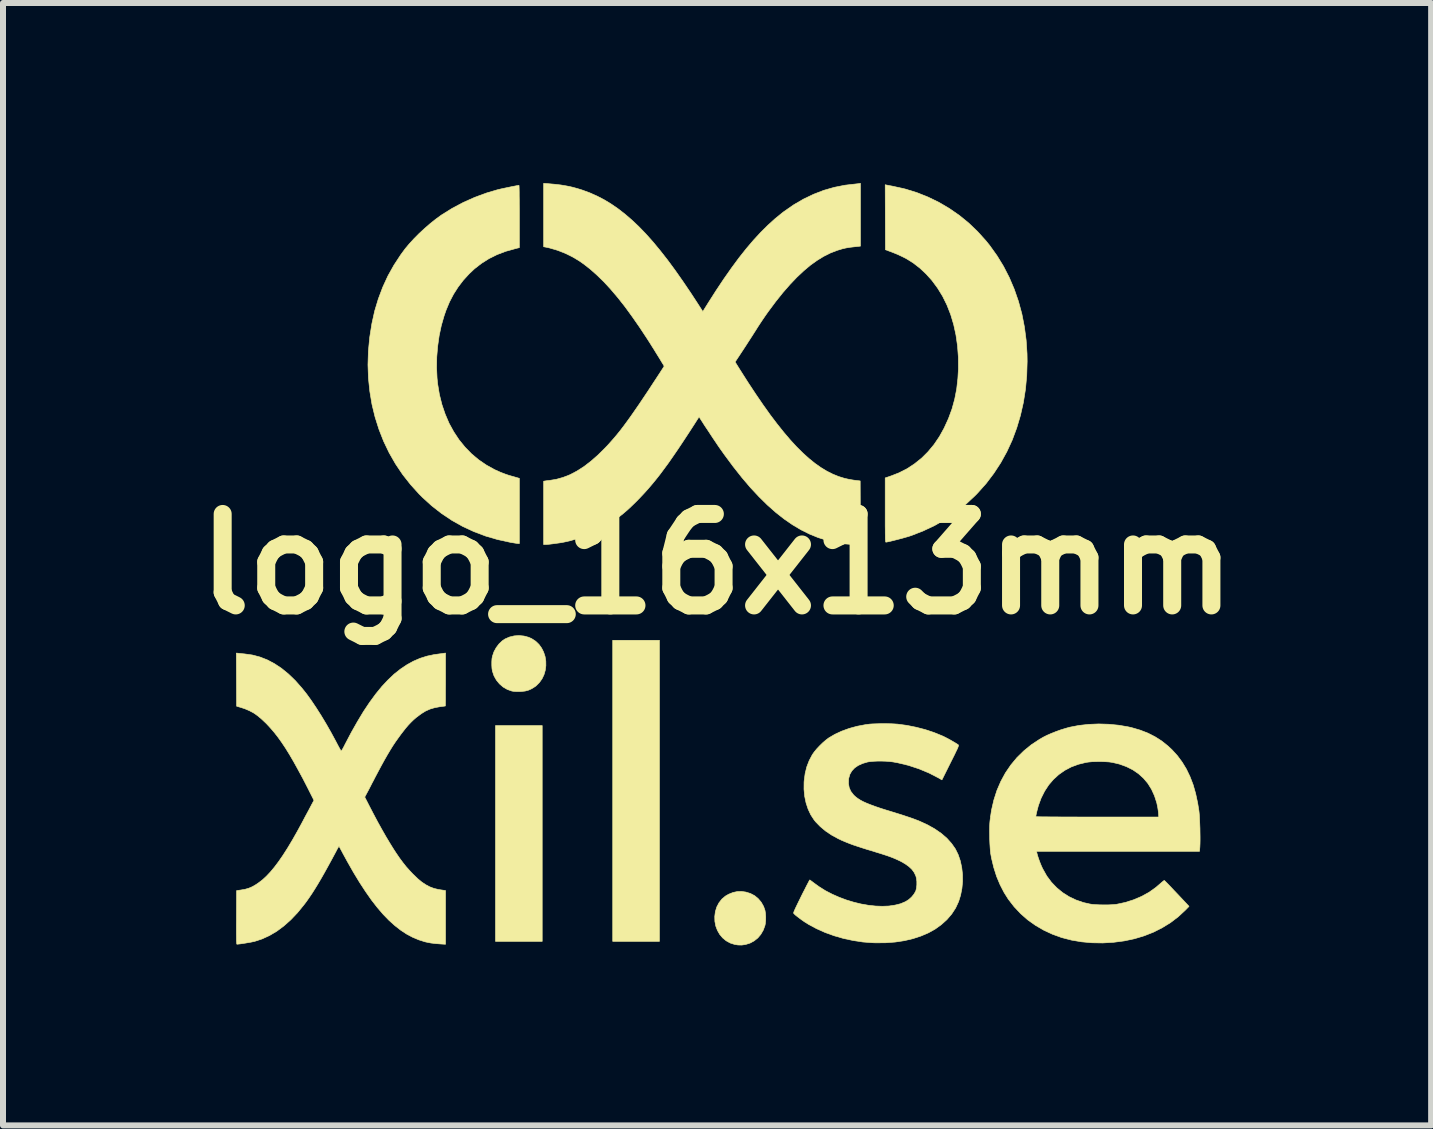
<source format=kicad_pcb>
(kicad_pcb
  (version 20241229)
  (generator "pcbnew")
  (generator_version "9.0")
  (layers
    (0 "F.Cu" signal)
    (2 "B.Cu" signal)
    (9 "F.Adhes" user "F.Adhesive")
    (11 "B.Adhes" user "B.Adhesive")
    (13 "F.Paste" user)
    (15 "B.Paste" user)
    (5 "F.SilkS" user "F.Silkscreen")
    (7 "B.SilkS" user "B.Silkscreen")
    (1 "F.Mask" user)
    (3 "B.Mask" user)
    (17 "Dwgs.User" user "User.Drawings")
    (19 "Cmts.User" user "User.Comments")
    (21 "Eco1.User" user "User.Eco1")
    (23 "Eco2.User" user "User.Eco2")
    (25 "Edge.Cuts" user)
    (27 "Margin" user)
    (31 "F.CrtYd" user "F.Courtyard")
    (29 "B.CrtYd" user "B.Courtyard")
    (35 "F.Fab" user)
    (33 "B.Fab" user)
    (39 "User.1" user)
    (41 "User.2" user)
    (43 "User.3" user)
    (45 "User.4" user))
  (footprint "logo_16x13mm"
    (layer "F.Cu")
    (at 8.897 6.348)
    (property "Reference" "logo_16x13mm" (at 0 0 0) (layer "F.SilkS") (effects (font (size 1.524 1.524) (thickness 0.3))))
    (attr through_hole)
    (fp_poly (pts (xy -2.913 6.287) (xy -3.691 6.287) (xy -3.691 2.691) (xy -2.913 2.691) (xy -2.913 6.287)) (stroke (width 0.01) (type solid)) (fill yes) (layer "F.SilkS"))
    (fp_poly (pts (xy -0.96 6.287) (xy -1.738 6.287) (xy -1.738 1.27) (xy -0.96 1.27) (xy -0.96 6.287)) (stroke (width 0.01) (type solid)) (fill yes) (layer "F.SilkS"))
    (fp_poly (pts (xy 0.48 5.465) (xy 0.557 5.489) (xy 0.627 5.526) (xy 0.687 5.576) (xy 0.737 5.636) (xy 0.776 5.705) (xy 0.799 5.771) (xy 0.807 5.821) (xy 0.811 5.879) (xy 0.81 5.939) (xy 0.804 5.995) (xy 0.798 6.024) (xy 0.77 6.1) (xy 0.73 6.169) (xy 0.68 6.229) (xy 0.619 6.278) (xy 0.551 6.315) (xy 0.478 6.338) (xy 0.413 6.348) (xy 0.35 6.347) (xy 0.294 6.338) (xy 0.219 6.314) (xy 0.152 6.277) (xy 0.094 6.229) (xy 0.045 6.171) (xy 0.007 6.105) (xy -0.021 6.032) (xy -0.036 5.954) (xy -0.038 5.872) (xy -0.028 5.791) (xy -0.004 5.713) (xy 0.033 5.643) (xy 0.081 5.582) (xy 0.14 5.532) (xy 0.194 5.501) (xy 0.267 5.472) (xy 0.337 5.457) (xy 0.408 5.455) (xy 0.48 5.465)) (stroke (width 0.01) (type solid)) (fill yes) (layer "F.SilkS"))
    (fp_poly (pts (xy -3.218 1.199) (xy -3.139 1.22) (xy -3.088 1.243) (xy -3.022 1.286) (xy -2.967 1.339) (xy -2.923 1.4) (xy -2.889 1.468) (xy -2.865 1.541) (xy -2.853 1.617) (xy -2.852 1.694) (xy -2.862 1.77) (xy -2.883 1.843) (xy -2.916 1.912) (xy -2.96 1.974) (xy -3.015 2.029) (xy -3.034 2.043) (xy -3.088 2.077) (xy -3.141 2.101) (xy -3.197 2.116) (xy -3.261 2.123) (xy -3.286 2.124) (xy -3.342 2.124) (xy -3.388 2.121) (xy -3.419 2.116) (xy -3.495 2.089) (xy -3.564 2.049) (xy -3.625 1.996) (xy -3.676 1.934) (xy -3.716 1.863) (xy -3.742 1.786) (xy -3.743 1.784) (xy -3.75 1.739) (xy -3.753 1.685) (xy -3.753 1.63) (xy -3.75 1.577) (xy -3.742 1.536) (xy -3.717 1.462) (xy -3.679 1.392) (xy -3.632 1.33) (xy -3.578 1.279) (xy -3.532 1.248) (xy -3.459 1.216) (xy -3.381 1.197) (xy -3.299 1.191) (xy -3.218 1.199)) (stroke (width 0.01) (type solid)) (fill yes) (layer "F.SilkS"))
    (fp_poly (pts (xy 2.824 -6.315) (xy 2.84 -6.312) (xy 2.868 -6.306) (xy 2.903 -6.3) (xy 2.933 -6.294) (xy 3.134 -6.249) (xy 3.329 -6.189) (xy 3.517 -6.114) (xy 3.698 -6.026) (xy 3.871 -5.924) (xy 4.037 -5.809) (xy 4.194 -5.681) (xy 4.342 -5.539) (xy 4.481 -5.385) (xy 4.543 -5.308) (xy 4.664 -5.139) (xy 4.773 -4.961) (xy 4.869 -4.774) (xy 4.952 -4.579) (xy 5.022 -4.377) (xy 5.079 -4.167) (xy 5.121 -3.952) (xy 5.15 -3.731) (xy 5.165 -3.505) (xy 5.167 -3.377) (xy 5.16 -3.143) (xy 5.139 -2.914) (xy 5.104 -2.692) (xy 5.055 -2.476) (xy 4.993 -2.268) (xy 4.918 -2.066) (xy 4.829 -1.873) (xy 4.727 -1.688) (xy 4.612 -1.512) (xy 4.485 -1.344) (xy 4.344 -1.186) (xy 4.298 -1.139) (xy 4.144 -0.995) (xy 3.98 -0.865) (xy 3.809 -0.748) (xy 3.629 -0.644) (xy 3.441 -0.555) (xy 3.245 -0.478) (xy 3.2 -0.463) (xy 3.17 -0.454) (xy 3.131 -0.443) (xy 3.086 -0.43) (xy 3.036 -0.417) (xy 2.986 -0.404) (xy 2.938 -0.392) (xy 2.894 -0.381) (xy 2.857 -0.373) (xy 2.829 -0.367) (xy 2.815 -0.365) (xy 2.815 -0.365) (xy 2.812 -0.366) (xy 2.81 -0.37) (xy 2.808 -0.378) (xy 2.807 -0.391) (xy 2.805 -0.409) (xy 2.804 -0.435) (xy 2.804 -0.47) (xy 2.803 -0.514) (xy 2.803 -0.568) (xy 2.802 -0.634) (xy 2.802 -0.712) (xy 2.802 -0.805) (xy 2.802 -0.9) (xy 2.802 -1.435) (xy 2.879 -1.461) (xy 3.025 -1.517) (xy 3.162 -1.586) (xy 3.289 -1.669) (xy 3.408 -1.764) (xy 3.516 -1.872) (xy 3.616 -1.992) (xy 3.706 -2.125) (xy 3.784 -2.266) (xy 3.856 -2.424) (xy 3.915 -2.584) (xy 3.96 -2.748) (xy 3.993 -2.917) (xy 4.013 -3.095) (xy 4.022 -3.25) (xy 4.021 -3.445) (xy 4.007 -3.634) (xy 3.981 -3.816) (xy 3.943 -3.99) (xy 3.893 -4.157) (xy 3.831 -4.315) (xy 3.758 -4.463) (xy 3.673 -4.601) (xy 3.578 -4.729) (xy 3.482 -4.835) (xy 3.376 -4.934) (xy 3.264 -5.02) (xy 3.144 -5.094) (xy 3.014 -5.157) (xy 2.909 -5.199) (xy 2.806 -5.237) (xy 2.802 -6.32) (xy 2.824 -6.315)) (stroke (width 0.01) (type solid)) (fill yes) (layer "F.SilkS"))
    (fp_poly (pts (xy -3.299 -6.303) (xy -3.298 -6.28) (xy -3.297 -6.245) (xy -3.296 -6.197) (xy -3.296 -6.139) (xy -3.295 -6.072) (xy -3.295 -5.997) (xy -3.294 -5.914) (xy -3.294 -5.827) (xy -3.294 -5.791) (xy -3.294 -5.272) (xy -3.367 -5.254) (xy -3.523 -5.21) (xy -3.667 -5.155) (xy -3.8 -5.089) (xy -3.925 -5.01) (xy -4.041 -4.92) (xy -4.129 -4.837) (xy -4.228 -4.729) (xy -4.314 -4.616) (xy -4.39 -4.497) (xy -4.457 -4.369) (xy -4.515 -4.23) (xy -4.548 -4.135) (xy -4.594 -3.975) (xy -4.63 -3.805) (xy -4.655 -3.629) (xy -4.67 -3.45) (xy -4.673 -3.272) (xy -4.665 -3.098) (xy -4.655 -3) (xy -4.626 -2.825) (xy -4.584 -2.657) (xy -4.53 -2.498) (xy -4.465 -2.346) (xy -4.387 -2.204) (xy -4.299 -2.071) (xy -4.2 -1.949) (xy -4.091 -1.837) (xy -3.972 -1.737) (xy -3.843 -1.649) (xy -3.706 -1.573) (xy -3.608 -1.529) (xy -3.566 -1.513) (xy -3.524 -1.497) (xy -3.486 -1.484) (xy -3.465 -1.477) (xy -3.426 -1.466) (xy -3.383 -1.454) (xy -3.352 -1.445) (xy -3.294 -1.428) (xy -3.294 -0.341) (xy -3.316 -0.342) (xy -3.332 -0.344) (xy -3.36 -0.348) (xy -3.395 -0.354) (xy -3.436 -0.36) (xy -3.439 -0.361) (xy -3.651 -0.407) (xy -3.854 -0.466) (xy -4.05 -0.54) (xy -4.238 -0.627) (xy -4.418 -0.728) (xy -4.59 -0.843) (xy -4.754 -0.971) (xy -4.911 -1.114) (xy -4.961 -1.164) (xy -5.106 -1.324) (xy -5.238 -1.492) (xy -5.357 -1.669) (xy -5.463 -1.854) (xy -5.555 -2.046) (xy -5.633 -2.245) (xy -5.698 -2.45) (xy -5.749 -2.66) (xy -5.785 -2.876) (xy -5.808 -3.096) (xy -5.816 -3.32) (xy -5.809 -3.547) (xy -5.787 -3.777) (xy -5.786 -3.784) (xy -5.751 -4.005) (xy -5.704 -4.217) (xy -5.643 -4.419) (xy -5.57 -4.613) (xy -5.484 -4.8) (xy -5.384 -4.979) (xy -5.27 -5.153) (xy -5.195 -5.255) (xy -5.128 -5.335) (xy -5.05 -5.42) (xy -4.965 -5.506) (xy -4.873 -5.591) (xy -4.78 -5.672) (xy -4.687 -5.746) (xy -4.598 -5.811) (xy -4.586 -5.819) (xy -4.411 -5.928) (xy -4.226 -6.026) (xy -4.035 -6.111) (xy -3.839 -6.183) (xy -3.663 -6.235) (xy -3.637 -6.241) (xy -3.601 -6.25) (xy -3.559 -6.259) (xy -3.512 -6.269) (xy -3.464 -6.279) (xy -3.417 -6.289) (xy -3.374 -6.297) (xy -3.339 -6.304) (xy -3.313 -6.308) (xy -3.3 -6.31) (xy -3.3 -6.31) (xy -3.299 -6.303)) (stroke (width 0.01) (type solid)) (fill yes) (layer "F.SilkS"))
    (fp_poly (pts (xy 6.525 2.669) (xy 6.69 2.685) (xy 6.849 2.712) (xy 6.91 2.726) (xy 7.05 2.767) (xy 7.179 2.817) (xy 7.297 2.877) (xy 7.407 2.947) (xy 7.51 3.029) (xy 7.581 3.095) (xy 7.671 3.194) (xy 7.75 3.301) (xy 7.82 3.416) (xy 7.88 3.541) (xy 7.932 3.676) (xy 7.974 3.823) (xy 8.008 3.982) (xy 8.029 4.112) (xy 8.033 4.15) (xy 8.037 4.202) (xy 8.04 4.263) (xy 8.043 4.331) (xy 8.046 4.403) (xy 8.047 4.474) (xy 8.048 4.544) (xy 8.048 4.607) (xy 8.047 4.662) (xy 8.045 4.705) (xy 8.045 4.709) (xy 8.039 4.786) (xy 5.324 4.786) (xy 5.329 4.813) (xy 5.34 4.856) (xy 5.357 4.908) (xy 5.378 4.966) (xy 5.402 5.025) (xy 5.428 5.082) (xy 5.43 5.084) (xy 5.494 5.198) (xy 5.571 5.301) (xy 5.658 5.392) (xy 5.756 5.473) (xy 5.863 5.541) (xy 5.98 5.597) (xy 6.105 5.64) (xy 6.211 5.664) (xy 6.256 5.671) (xy 6.312 5.675) (xy 6.376 5.678) (xy 6.444 5.679) (xy 6.511 5.679) (xy 6.574 5.676) (xy 6.628 5.672) (xy 6.656 5.669) (xy 6.801 5.638) (xy 6.94 5.594) (xy 7.072 5.538) (xy 7.196 5.47) (xy 7.309 5.39) (xy 7.387 5.323) (xy 7.412 5.301) (xy 7.434 5.283) (xy 7.448 5.273) (xy 7.453 5.272) (xy 7.46 5.278) (xy 7.477 5.295) (xy 7.502 5.32) (xy 7.534 5.353) (xy 7.572 5.393) (xy 7.614 5.438) (xy 7.66 5.486) (xy 7.663 5.489) (xy 7.864 5.703) (xy 7.8 5.769) (xy 7.683 5.877) (xy 7.556 5.974) (xy 7.418 6.059) (xy 7.272 6.133) (xy 7.117 6.194) (xy 6.954 6.243) (xy 6.784 6.279) (xy 6.608 6.302) (xy 6.427 6.313) (xy 6.247 6.31) (xy 6.072 6.294) (xy 5.903 6.265) (xy 5.741 6.223) (xy 5.587 6.167) (xy 5.441 6.099) (xy 5.304 6.019) (xy 5.176 5.928) (xy 5.058 5.824) (xy 4.95 5.709) (xy 4.853 5.584) (xy 4.782 5.471) (xy 4.716 5.343) (xy 4.658 5.205) (xy 4.611 5.057) (xy 4.574 4.904) (xy 4.559 4.822) (xy 4.554 4.779) (xy 4.55 4.724) (xy 4.546 4.659) (xy 4.543 4.589) (xy 4.542 4.517) (xy 4.541 4.447) (xy 4.542 4.381) (xy 4.544 4.324) (xy 4.548 4.278) (xy 4.548 4.278) (xy 4.557 4.209) (xy 5.31 4.209) (xy 5.318 4.21) (xy 5.341 4.21) (xy 5.378 4.211) (xy 5.427 4.212) (xy 5.489 4.212) (xy 5.562 4.213) (xy 5.646 4.213) (xy 5.738 4.214) (xy 5.84 4.214) (xy 5.948 4.214) (xy 6.063 4.215) (xy 6.184 4.215) (xy 6.309 4.215) (xy 6.335 4.215) (xy 7.36 4.215) (xy 7.355 4.143) (xy 7.35 4.104) (xy 7.343 4.057) (xy 7.333 4.009) (xy 7.327 3.98) (xy 7.289 3.862) (xy 7.24 3.754) (xy 7.179 3.656) (xy 7.106 3.569) (xy 7.022 3.493) (xy 6.927 3.428) (xy 6.821 3.375) (xy 6.705 3.333) (xy 6.587 3.305) (xy 6.532 3.297) (xy 6.467 3.293) (xy 6.395 3.29) (xy 6.322 3.291) (xy 6.251 3.293) (xy 6.189 3.299) (xy 6.148 3.305) (xy 6.021 3.336) (xy 5.902 3.38) (xy 5.794 3.437) (xy 5.694 3.507) (xy 5.605 3.588) (xy 5.526 3.68) (xy 5.458 3.784) (xy 5.4 3.899) (xy 5.354 4.024) (xy 5.326 4.131) (xy 5.319 4.163) (xy 5.314 4.189) (xy 5.311 4.206) (xy 5.31 4.209) (xy 4.557 4.209) (xy 4.573 4.101) (xy 4.612 3.932) (xy 4.663 3.773) (xy 4.728 3.622) (xy 4.805 3.48) (xy 4.895 3.348) (xy 4.996 3.226) (xy 5.11 3.114) (xy 5.236 3.011) (xy 5.374 2.92) (xy 5.437 2.884) (xy 5.498 2.853) (xy 5.569 2.822) (xy 5.647 2.791) (xy 5.728 2.762) (xy 5.806 2.738) (xy 5.874 2.719) (xy 6.029 2.689) (xy 6.191 2.671) (xy 6.358 2.664) (xy 6.525 2.669)) (stroke (width 0.01) (type solid)) (fill yes) (layer "F.SilkS"))
    (fp_poly (pts (xy 2.838 2.66) (xy 2.902 2.661) (xy 2.959 2.664) (xy 3.004 2.667) (xy 3.008 2.667) (xy 3.163 2.688) (xy 3.317 2.719) (xy 3.468 2.758) (xy 3.613 2.806) (xy 3.746 2.86) (xy 3.769 2.87) (xy 3.803 2.887) (xy 3.844 2.908) (xy 3.888 2.932) (xy 3.931 2.957) (xy 3.97 2.98) (xy 4.002 3) (xy 4.019 3.012) (xy 4.022 3.015) (xy 4.023 3.021) (xy 4.022 3.029) (xy 4.018 3.042) (xy 4.011 3.061) (xy 3.999 3.088) (xy 3.982 3.122) (xy 3.961 3.167) (xy 3.933 3.223) (xy 3.899 3.291) (xy 3.89 3.309) (xy 3.747 3.596) (xy 3.697 3.567) (xy 3.535 3.483) (xy 3.365 3.412) (xy 3.189 3.354) (xy 3.01 3.311) (xy 2.933 3.297) (xy 2.876 3.29) (xy 2.811 3.285) (xy 2.743 3.283) (xy 2.674 3.283) (xy 2.61 3.286) (xy 2.553 3.291) (xy 2.512 3.297) (xy 2.426 3.322) (xy 2.353 3.355) (xy 2.293 3.396) (xy 2.247 3.445) (xy 2.214 3.501) (xy 2.195 3.566) (xy 2.192 3.584) (xy 2.19 3.658) (xy 2.202 3.726) (xy 2.229 3.787) (xy 2.271 3.842) (xy 2.282 3.854) (xy 2.313 3.882) (xy 2.348 3.908) (xy 2.389 3.934) (xy 2.436 3.959) (xy 2.492 3.984) (xy 2.557 4.01) (xy 2.632 4.038) (xy 2.72 4.068) (xy 2.821 4.1) (xy 2.884 4.119) (xy 2.984 4.15) (xy 3.071 4.177) (xy 3.146 4.202) (xy 3.21 4.223) (xy 3.267 4.243) (xy 3.317 4.262) (xy 3.362 4.279) (xy 3.371 4.283) (xy 3.508 4.346) (xy 3.629 4.414) (xy 3.736 4.488) (xy 3.829 4.568) (xy 3.906 4.654) (xy 3.97 4.745) (xy 4.017 4.84) (xy 4.053 4.945) (xy 4.077 5.057) (xy 4.09 5.172) (xy 4.091 5.289) (xy 4.08 5.405) (xy 4.058 5.517) (xy 4.025 5.623) (xy 3.98 5.72) (xy 3.975 5.731) (xy 3.909 5.832) (xy 3.83 5.924) (xy 3.739 6.006) (xy 3.637 6.08) (xy 3.523 6.144) (xy 3.399 6.197) (xy 3.265 6.241) (xy 3.121 6.275) (xy 2.968 6.298) (xy 2.807 6.31) (xy 2.638 6.311) (xy 2.588 6.309) (xy 2.428 6.297) (xy 2.266 6.272) (xy 2.107 6.238) (xy 1.951 6.193) (xy 1.801 6.139) (xy 1.66 6.076) (xy 1.529 6.006) (xy 1.46 5.963) (xy 1.414 5.931) (xy 1.371 5.899) (xy 1.333 5.87) (xy 1.303 5.846) (xy 1.283 5.826) (xy 1.276 5.818) (xy 1.276 5.811) (xy 1.28 5.796) (xy 1.29 5.772) (xy 1.305 5.738) (xy 1.326 5.694) (xy 1.353 5.638) (xy 1.387 5.569) (xy 1.404 5.534) (xy 1.434 5.474) (xy 1.463 5.418) (xy 1.488 5.368) (xy 1.51 5.326) (xy 1.527 5.294) (xy 1.538 5.272) (xy 1.544 5.263) (xy 1.544 5.263) (xy 1.552 5.267) (xy 1.569 5.28) (xy 1.592 5.297) (xy 1.602 5.305) (xy 1.7 5.376) (xy 1.805 5.442) (xy 1.917 5.5) (xy 2.035 5.552) (xy 2.155 5.597) (xy 2.277 5.634) (xy 2.4 5.664) (xy 2.521 5.685) (xy 2.64 5.698) (xy 2.754 5.702) (xy 2.863 5.698) (xy 2.964 5.683) (xy 3.057 5.66) (xy 3.138 5.626) (xy 3.143 5.623) (xy 3.194 5.591) (xy 3.241 5.549) (xy 3.279 5.503) (xy 3.307 5.456) (xy 3.311 5.448) (xy 3.323 5.401) (xy 3.329 5.346) (xy 3.329 5.288) (xy 3.322 5.233) (xy 3.312 5.196) (xy 3.285 5.139) (xy 3.247 5.087) (xy 3.197 5.04) (xy 3.134 4.995) (xy 3.057 4.951) (xy 3.044 4.945) (xy 3.006 4.927) (xy 2.968 4.91) (xy 2.93 4.894) (xy 2.888 4.878) (xy 2.841 4.861) (xy 2.786 4.843) (xy 2.721 4.822) (xy 2.645 4.799) (xy 2.592 4.782) (xy 2.494 4.753) (xy 2.409 4.726) (xy 2.336 4.702) (xy 2.272 4.681) (xy 2.216 4.66) (xy 2.165 4.64) (xy 2.117 4.62) (xy 2.07 4.6) (xy 2.022 4.577) (xy 2.02 4.576) (xy 1.91 4.516) (xy 1.81 4.449) (xy 1.721 4.375) (xy 1.645 4.297) (xy 1.617 4.262) (xy 1.562 4.178) (xy 1.517 4.082) (xy 1.483 3.979) (xy 1.46 3.868) (xy 1.449 3.753) (xy 1.45 3.636) (xy 1.452 3.61) (xy 1.468 3.49) (xy 1.495 3.38) (xy 1.535 3.276) (xy 1.587 3.177) (xy 1.589 3.174) (xy 1.62 3.13) (xy 1.661 3.08) (xy 1.709 3.029) (xy 1.76 2.979) (xy 1.811 2.935) (xy 1.858 2.899) (xy 1.861 2.897) (xy 1.963 2.837) (xy 2.077 2.784) (xy 2.201 2.739) (xy 2.332 2.703) (xy 2.468 2.677) (xy 2.542 2.667) (xy 2.585 2.664) (xy 2.64 2.662) (xy 2.703 2.66) (xy 2.77 2.659) (xy 2.838 2.66)) (stroke (width 0.01) (type solid)) (fill yes) (layer "F.SilkS"))
    (fp_poly (pts (xy -7.971 1.487) (xy -7.944 1.49) (xy -7.908 1.494) (xy -7.874 1.497) (xy -7.745 1.515) (xy -7.618 1.548) (xy -7.495 1.596) (xy -7.374 1.66) (xy -7.255 1.739) (xy -7.14 1.833) (xy -7.026 1.943) (xy -6.915 2.069) (xy -6.834 2.171) (xy -6.758 2.277) (xy -6.678 2.396) (xy -6.596 2.525) (xy -6.513 2.663) (xy -6.431 2.807) (xy -6.351 2.955) (xy -6.339 2.978) (xy -6.317 3.02) (xy -6.297 3.057) (xy -6.28 3.087) (xy -6.269 3.107) (xy -6.263 3.115) (xy -6.263 3.115) (xy -6.257 3.11) (xy -6.246 3.093) (xy -6.23 3.066) (xy -6.212 3.032) (xy -6.199 3.006) (xy -6.095 2.808) (xy -5.992 2.626) (xy -5.891 2.458) (xy -5.789 2.305) (xy -5.688 2.167) (xy -5.586 2.042) (xy -5.483 1.932) (xy -5.38 1.834) (xy -5.274 1.75) (xy -5.167 1.678) (xy -5.058 1.618) (xy -4.946 1.57) (xy -4.832 1.534) (xy -4.714 1.509) (xy -4.655 1.501) (xy -4.619 1.496) (xy -4.585 1.492) (xy -4.56 1.488) (xy -4.554 1.487) (xy -4.524 1.483) (xy -4.524 1.924) (xy -4.524 2.006) (xy -4.525 2.083) (xy -4.525 2.154) (xy -4.525 2.217) (xy -4.525 2.271) (xy -4.526 2.314) (xy -4.526 2.345) (xy -4.527 2.362) (xy -4.527 2.365) (xy -4.535 2.366) (xy -4.556 2.369) (xy -4.586 2.373) (xy -4.619 2.377) (xy -4.704 2.393) (xy -4.782 2.416) (xy -4.856 2.449) (xy -4.929 2.494) (xy -5.005 2.551) (xy -5.012 2.556) (xy -5.058 2.596) (xy -5.1 2.637) (xy -5.142 2.681) (xy -5.186 2.732) (xy -5.233 2.792) (xy -5.267 2.836) (xy -5.312 2.898) (xy -5.357 2.961) (xy -5.401 3.027) (xy -5.445 3.098) (xy -5.491 3.175) (xy -5.539 3.259) (xy -5.591 3.353) (xy -5.647 3.458) (xy -5.709 3.575) (xy -5.717 3.592) (xy -5.747 3.648) (xy -5.774 3.701) (xy -5.799 3.75) (xy -5.821 3.791) (xy -5.838 3.822) (xy -5.849 3.843) (xy -5.851 3.848) (xy -5.87 3.882) (xy -5.8 4.019) (xy -5.729 4.156) (xy -5.658 4.29) (xy -5.587 4.418) (xy -5.518 4.539) (xy -5.451 4.651) (xy -5.389 4.751) (xy -5.348 4.814) (xy -5.29 4.899) (xy -5.235 4.973) (xy -5.182 5.04) (xy -5.126 5.103) (xy -5.066 5.167) (xy -5.06 5.172) (xy -4.988 5.242) (xy -4.919 5.299) (xy -4.853 5.343) (xy -4.787 5.378) (xy -4.718 5.404) (xy -4.644 5.422) (xy -4.612 5.427) (xy -4.524 5.44) (xy -4.524 5.888) (xy -4.524 6.335) (xy -4.606 6.33) (xy -4.693 6.323) (xy -4.768 6.314) (xy -4.834 6.301) (xy -4.866 6.294) (xy -4.97 6.261) (xy -5.072 6.218) (xy -5.172 6.165) (xy -5.271 6.1) (xy -5.368 6.024) (xy -5.465 5.937) (xy -5.562 5.837) (xy -5.659 5.724) (xy -5.757 5.598) (xy -5.855 5.458) (xy -5.955 5.305) (xy -6.057 5.137) (xy -6.161 4.954) (xy -6.231 4.826) (xy -6.252 4.786) (xy -6.271 4.751) (xy -6.286 4.724) (xy -6.295 4.706) (xy -6.299 4.7) (xy -6.303 4.706) (xy -6.313 4.723) (xy -6.328 4.749) (xy -6.345 4.781) (xy -6.346 4.784) (xy -6.418 4.918) (xy -6.484 5.039) (xy -6.545 5.149) (xy -6.601 5.247) (xy -6.654 5.337) (xy -6.704 5.418) (xy -6.751 5.492) (xy -6.798 5.561) (xy -6.843 5.625) (xy -6.881 5.675) (xy -6.99 5.809) (xy -7.102 5.927) (xy -7.218 6.03) (xy -7.336 6.118) (xy -7.458 6.19) (xy -7.583 6.247) (xy -7.705 6.287) (xy -7.73 6.292) (xy -7.766 6.3) (xy -7.809 6.307) (xy -7.854 6.315) (xy -7.899 6.322) (xy -7.94 6.328) (xy -7.974 6.332) (xy -7.996 6.334) (xy -7.999 6.334) (xy -8.001 6.332) (xy -8.003 6.324) (xy -8.004 6.309) (xy -8.006 6.286) (xy -8.007 6.255) (xy -8.007 6.213) (xy -8.008 6.161) (xy -8.008 6.096) (xy -8.008 6.018) (xy -8.007 5.925) (xy -8.007 5.888) (xy -8.005 5.441) (xy -7.934 5.431) (xy -7.864 5.419) (xy -7.802 5.401) (xy -7.743 5.376) (xy -7.683 5.341) (xy -7.636 5.309) (xy -7.572 5.26) (xy -7.507 5.2) (xy -7.441 5.13) (xy -7.373 5.048) (xy -7.303 4.955) (xy -7.23 4.849) (xy -7.154 4.73) (xy -7.075 4.598) (xy -6.992 4.452) (xy -6.916 4.312) (xy -6.886 4.255) (xy -6.856 4.198) (xy -6.826 4.143) (xy -6.799 4.093) (xy -6.777 4.051) (xy -6.766 4.03) (xy -6.716 3.936) (xy -6.825 3.72) (xy -6.906 3.563) (xy -6.983 3.421) (xy -7.055 3.291) (xy -7.124 3.173) (xy -7.19 3.066) (xy -7.255 2.969) (xy -7.318 2.881) (xy -7.381 2.801) (xy -7.444 2.728) (xy -7.507 2.66) (xy -7.513 2.654) (xy -7.586 2.585) (xy -7.655 2.527) (xy -7.722 2.48) (xy -7.792 2.443) (xy -7.865 2.412) (xy -7.922 2.393) (xy -8.005 2.368) (xy -8.007 1.926) (xy -8.009 1.483) (xy -7.971 1.487)) (stroke (width 0.01) (type solid)) (fill yes) (layer "F.SilkS"))
    (fp_poly (pts (xy -2.82 -6.338) (xy -2.705 -6.328) (xy -2.602 -6.316) (xy -2.508 -6.3) (xy -2.417 -6.281) (xy -2.328 -6.257) (xy -2.242 -6.23) (xy -2.12 -6.185) (xy -2.001 -6.132) (xy -1.883 -6.071) (xy -1.767 -6.001) (xy -1.652 -5.922) (xy -1.537 -5.833) (xy -1.422 -5.734) (xy -1.306 -5.625) (xy -1.189 -5.504) (xy -1.07 -5.371) (xy -0.95 -5.226) (xy -0.826 -5.068) (xy -0.7 -4.897) (xy -0.57 -4.712) (xy -0.436 -4.514) (xy -0.33 -4.352) (xy -0.237 -4.207) (xy -0.149 -4.348) (xy -0.015 -4.558) (xy 0.115 -4.753) (xy 0.242 -4.934) (xy 0.366 -5.102) (xy 0.488 -5.256) (xy 0.609 -5.398) (xy 0.729 -5.528) (xy 0.848 -5.646) (xy 0.966 -5.753) (xy 1.085 -5.85) (xy 1.119 -5.876) (xy 1.278 -5.986) (xy 1.441 -6.081) (xy 1.608 -6.161) (xy 1.779 -6.227) (xy 1.954 -6.277) (xy 2.13 -6.312) (xy 2.248 -6.326) (xy 2.287 -6.33) (xy 2.322 -6.334) (xy 2.35 -6.337) (xy 2.363 -6.339) (xy 2.389 -6.343) (xy 2.389 -5.297) (xy 2.296 -5.287) (xy 2.218 -5.278) (xy 2.15 -5.267) (xy 2.086 -5.252) (xy 2.02 -5.232) (xy 2 -5.226) (xy 1.889 -5.183) (xy 1.779 -5.128) (xy 1.668 -5.06) (xy 1.556 -4.98) (xy 1.444 -4.886) (xy 1.33 -4.779) (xy 1.215 -4.658) (xy 1.097 -4.523) (xy 0.977 -4.373) (xy 0.854 -4.208) (xy 0.808 -4.143) (xy 0.778 -4.099) (xy 0.742 -4.046) (xy 0.705 -3.99) (xy 0.67 -3.936) (xy 0.651 -3.905) (xy 0.624 -3.863) (xy 0.591 -3.811) (xy 0.553 -3.752) (xy 0.513 -3.69) (xy 0.473 -3.628) (xy 0.435 -3.57) (xy 0.301 -3.367) (xy 0.382 -3.237) (xy 0.515 -3.028) (xy 0.643 -2.834) (xy 0.766 -2.654) (xy 0.885 -2.487) (xy 1.001 -2.334) (xy 1.113 -2.194) (xy 1.221 -2.067) (xy 1.327 -1.952) (xy 1.431 -1.849) (xy 1.532 -1.758) (xy 1.632 -1.677) (xy 1.73 -1.608) (xy 1.827 -1.549) (xy 1.924 -1.5) (xy 2.021 -1.46) (xy 2.118 -1.43) (xy 2.135 -1.426) (xy 2.182 -1.415) (xy 2.235 -1.405) (xy 2.285 -1.397) (xy 2.302 -1.395) (xy 2.385 -1.385) (xy 2.387 -0.851) (xy 2.389 -0.318) (xy 2.371 -0.319) (xy 2.354 -0.32) (xy 2.328 -0.322) (xy 2.298 -0.323) (xy 2.141 -0.335) (xy 1.988 -0.358) (xy 1.838 -0.393) (xy 1.69 -0.439) (xy 1.545 -0.498) (xy 1.402 -0.569) (xy 1.26 -0.653) (xy 1.119 -0.75) (xy 0.978 -0.861) (xy 0.838 -0.985) (xy 0.698 -1.123) (xy 0.556 -1.275) (xy 0.414 -1.442) (xy 0.27 -1.624) (xy 0.124 -1.821) (xy 0.05 -1.925) (xy 0.029 -1.955) (xy 0.002 -1.995) (xy -0.03 -2.043) (xy -0.066 -2.096) (xy -0.103 -2.152) (xy -0.14 -2.209) (xy -0.177 -2.264) (xy -0.211 -2.315) (xy -0.24 -2.361) (xy -0.264 -2.398) (xy -0.281 -2.424) (xy -0.283 -2.427) (xy -0.299 -2.454) (xy -0.377 -2.332) (xy -0.476 -2.179) (xy -0.568 -2.039) (xy -0.654 -1.91) (xy -0.735 -1.792) (xy -0.811 -1.683) (xy -0.884 -1.584) (xy -0.953 -1.491) (xy -1.021 -1.405) (xy -1.087 -1.325) (xy -1.152 -1.249) (xy -1.218 -1.176) (xy -1.285 -1.105) (xy -1.341 -1.047) (xy -1.417 -0.973) (xy -1.486 -0.908) (xy -1.552 -0.851) (xy -1.618 -0.798) (xy -1.686 -0.747) (xy -1.762 -0.695) (xy -1.781 -0.682) (xy -1.939 -0.586) (xy -2.104 -0.505) (xy -2.274 -0.439) (xy -2.449 -0.388) (xy -2.548 -0.366) (xy -2.588 -0.358) (xy -2.636 -0.351) (xy -2.687 -0.344) (xy -2.739 -0.337) (xy -2.787 -0.331) (xy -2.828 -0.327) (xy -2.858 -0.326) (xy -2.863 -0.325) (xy -2.889 -0.325) (xy -2.889 -0.853) (xy -2.889 -1.38) (xy -2.867 -1.384) (xy -2.848 -1.387) (xy -2.819 -1.391) (xy -2.794 -1.393) (xy -2.678 -1.412) (xy -2.564 -1.444) (xy -2.449 -1.489) (xy -2.335 -1.549) (xy -2.219 -1.623) (xy -2.103 -1.712) (xy -1.984 -1.816) (xy -1.877 -1.922) (xy -1.823 -1.978) (xy -1.771 -2.036) (xy -1.719 -2.095) (xy -1.666 -2.158) (xy -1.612 -2.225) (xy -1.556 -2.298) (xy -1.498 -2.377) (xy -1.436 -2.463) (xy -1.37 -2.558) (xy -1.298 -2.662) (xy -1.221 -2.777) (xy -1.136 -2.904) (xy -1.062 -3.018) (xy -1.023 -3.077) (xy -0.987 -3.132) (xy -0.955 -3.181) (xy -0.927 -3.224) (xy -0.905 -3.258) (xy -0.89 -3.282) (xy -0.882 -3.295) (xy -0.881 -3.297) (xy -0.885 -3.305) (xy -0.896 -3.324) (xy -0.914 -3.353) (xy -0.937 -3.391) (xy -0.963 -3.434) (xy -0.993 -3.482) (xy -1.024 -3.532) (xy -1.055 -3.583) (xy -1.087 -3.633) (xy -1.116 -3.68) (xy -1.143 -3.722) (xy -1.159 -3.747) (xy -1.287 -3.941) (xy -1.412 -4.121) (xy -1.533 -4.287) (xy -1.652 -4.438) (xy -1.769 -4.576) (xy -1.883 -4.7) (xy -1.997 -4.811) (xy -2.108 -4.91) (xy -2.219 -4.997) (xy -2.299 -5.053) (xy -2.412 -5.12) (xy -2.533 -5.179) (xy -2.659 -5.228) (xy -2.785 -5.265) (xy -2.828 -5.275) (xy -2.889 -5.287) (xy -2.889 -6.343) (xy -2.82 -6.338)) (stroke (width 0.01) (type solid)) (fill yes) (layer "F.SilkS")))
  (gr_rect
    (start -3 -3)
    (end 20.795 15.701)
    (stroke (width 0.1) (type default))
    (fill no)
    (layer "Edge.Cuts")))
</source>
